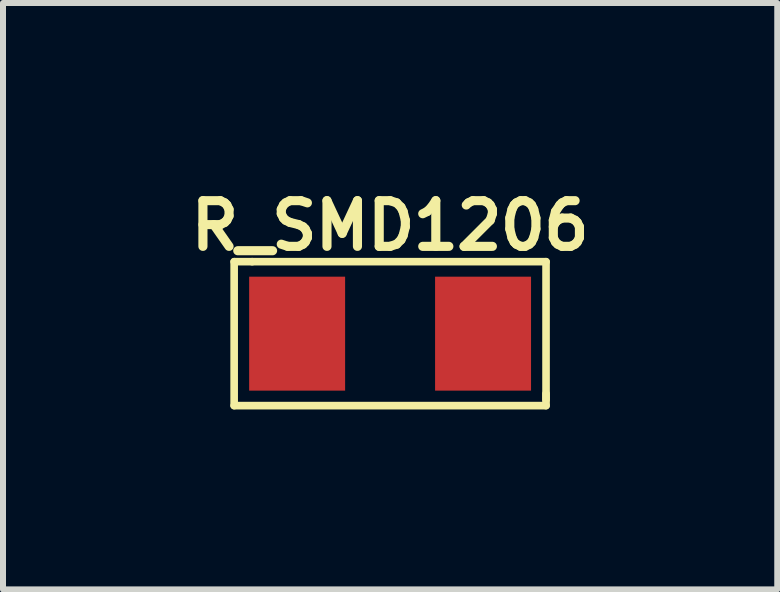
<source format=kicad_pcb>
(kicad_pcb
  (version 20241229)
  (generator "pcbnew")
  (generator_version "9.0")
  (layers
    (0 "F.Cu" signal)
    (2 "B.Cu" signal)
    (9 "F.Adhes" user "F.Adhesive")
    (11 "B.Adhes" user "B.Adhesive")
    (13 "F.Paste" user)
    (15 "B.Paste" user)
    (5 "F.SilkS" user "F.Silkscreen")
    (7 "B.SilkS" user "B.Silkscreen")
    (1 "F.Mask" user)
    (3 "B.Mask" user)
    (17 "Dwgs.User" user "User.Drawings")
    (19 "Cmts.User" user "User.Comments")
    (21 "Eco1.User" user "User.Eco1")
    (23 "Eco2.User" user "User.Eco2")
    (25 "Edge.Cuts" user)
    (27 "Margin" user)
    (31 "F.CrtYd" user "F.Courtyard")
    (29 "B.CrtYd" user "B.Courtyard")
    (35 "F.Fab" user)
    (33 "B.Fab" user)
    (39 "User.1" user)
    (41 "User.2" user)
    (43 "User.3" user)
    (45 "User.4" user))
  (footprint "R_SMD1206"
    (layer "F.Cu")
    (at 3.454 2.513)
    (property "Reference" "R_SMD1206" (at 0 -1.8 0) (layer "F.SilkS") (effects (font (size 0.762 0.762) (thickness 0.152))))
    (attr through_hole)
    (fp_line (start -2.6 -1.2) (end -2.3 -1.2) (stroke (width 0.127) (type solid)) (layer "F.SilkS"))
    (fp_line (start -2.6 1.2) (end -2.6 -1.2) (stroke (width 0.127) (type solid)) (layer "F.SilkS"))
    (fp_line (start -2.3 -1.2) (end 2.6 -1.2) (stroke (width 0.127) (type solid)) (layer "F.SilkS"))
    (fp_line (start 2.6 -1.2) (end 2.6 1.1) (stroke (width 0.127) (type solid)) (layer "F.SilkS"))
    (fp_line (start 2.6 1.2) (end -2.6 1.2) (stroke (width 0.127) (type solid)) (layer "F.SilkS"))
    (fp_line (start 2.6 1.2) (end 2.6 1) (stroke (width 0.127) (type solid)) (layer "F.SilkS"))
    (pad "1" smd rect (at -1.55 0) (size 1.6 1.9) (layers "F.Cu" "F.Mask" "F.Paste"))
    (pad "2" smd rect (at 1.55 0) (size 1.6 1.9) (layers "F.Cu" "F.Mask" "F.Paste")))
  (gr_rect
    (start -3 -3)
    (end 9.909 6.777)
    (stroke (width 0.1) (type default))
    (fill no)
    (layer "Edge.Cuts")))
</source>
